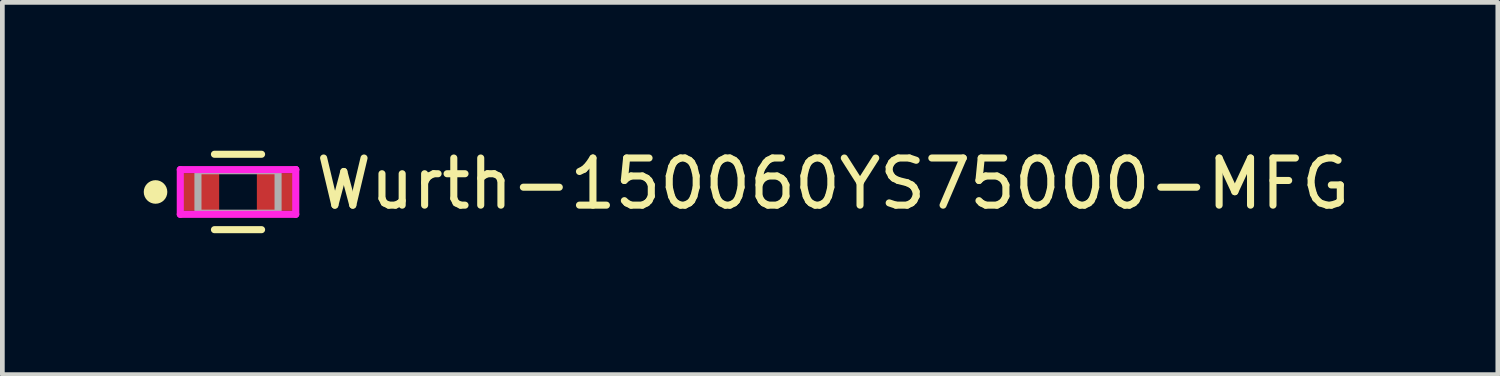
<source format=kicad_pcb>
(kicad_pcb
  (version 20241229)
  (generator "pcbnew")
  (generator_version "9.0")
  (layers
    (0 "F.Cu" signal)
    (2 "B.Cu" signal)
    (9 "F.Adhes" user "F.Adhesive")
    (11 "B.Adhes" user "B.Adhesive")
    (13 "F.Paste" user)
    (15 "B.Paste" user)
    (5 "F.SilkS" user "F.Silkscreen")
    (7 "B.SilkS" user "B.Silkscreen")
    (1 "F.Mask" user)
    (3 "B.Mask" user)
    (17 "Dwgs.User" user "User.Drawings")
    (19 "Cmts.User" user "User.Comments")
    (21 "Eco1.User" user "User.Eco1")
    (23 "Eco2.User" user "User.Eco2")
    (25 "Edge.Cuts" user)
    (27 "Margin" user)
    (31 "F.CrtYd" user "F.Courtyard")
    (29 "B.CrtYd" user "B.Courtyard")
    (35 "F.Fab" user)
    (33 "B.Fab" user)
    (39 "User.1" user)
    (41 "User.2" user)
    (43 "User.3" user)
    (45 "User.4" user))
  (footprint "Wurth-150060YS75000-MFG"
    (layer "F.Cu")
    (at 2 1.023)
    (property "Reference" "Wurth-150060YS75000-MFG" (at 1.575 -0.175 0) (layer "F.SilkS") (effects (font (size 1 1) (thickness 0.15)) (justify left)))
    (attr through_hole)
    (fp_line (start -0.5 -0.8) (end 0.5 -0.8) (stroke (width 0.15) (type solid)) (layer "F.SilkS"))
    (fp_line (start 0.5 0.8) (end -0.5 0.8) (stroke (width 0.15) (type solid)) (layer "F.SilkS"))
    (fp_circle (center -1.75 0) (end -1.625 0) (stroke (width 0.25) (type solid)) (fill no) (layer "F.SilkS"))
    (fp_line (start -1.225 -0.475) (end -1.225 0.475) (stroke (width 0.15) (type solid)) (layer "F.CrtYd"))
    (fp_line (start -1.225 0.475) (end 1.225 0.475) (stroke (width 0.15) (type solid)) (layer "F.CrtYd"))
    (fp_line (start 1.225 -0.475) (end -1.225 -0.475) (stroke (width 0.15) (type solid)) (layer "F.CrtYd"))
    (fp_line (start 1.225 -0.475) (end 1.225 -0.475) (stroke (width 0.15) (type solid)) (layer "F.CrtYd"))
    (fp_line (start 1.225 0.475) (end 1.225 -0.475) (stroke (width 0.15) (type solid)) (layer "F.CrtYd"))
    (fp_line (start -0.85 -0.45) (end 0.85 -0.45) (stroke (width 0.15) (type solid)) (layer "F.Fab"))
    (fp_line (start -0.85 0.45) (end -0.85 -0.45) (stroke (width 0.15) (type solid)) (layer "F.Fab"))
    (fp_line (start 0.85 -0.45) (end 0.85 0.45) (stroke (width 0.15) (type solid)) (layer "F.Fab"))
    (fp_line (start 0.85 0.45) (end -0.85 0.45) (stroke (width 0.15) (type solid)) (layer "F.Fab"))
    (pad "1" smd rect (at -0.8 0) (size 0.8 0.8) (layers "F.Cu" "F.Mask" "F.Paste"))
    (pad "2" smd rect (at 0.8 0) (size 0.8 0.8) (layers "F.Cu" "F.Mask" "F.Paste")))
  (gr_rect
    (start -3 -3)
    (end 28.73 4.898)
    (stroke (width 0.1) (type default))
    (fill no)
    (layer "Edge.Cuts")))
</source>
